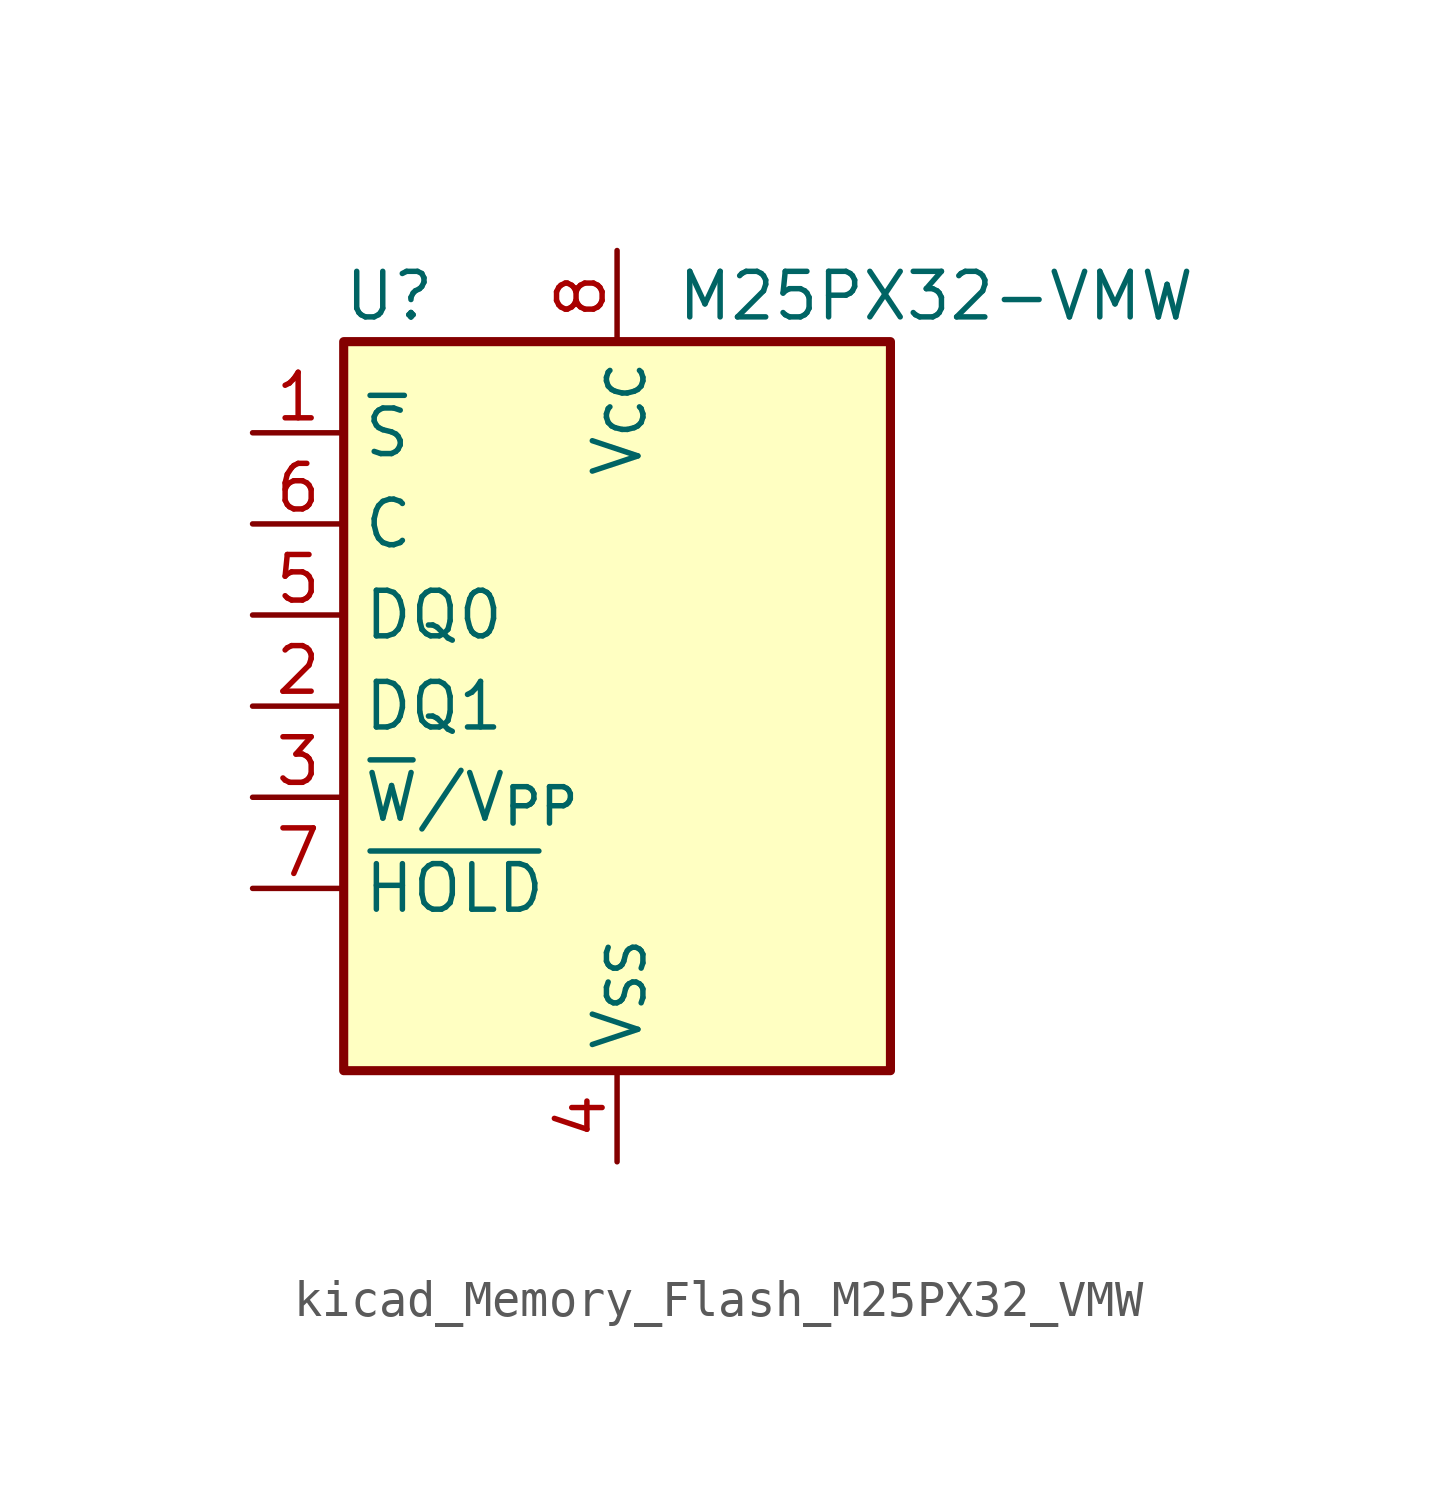
<source format=kicad_sym>
(kicad_symbol_lib
  (version 20220914)
  (generator kicad_symbol_editor)
  (symbol "kicad_Memory_Flash_M25PX32_VMW"
    (property "Reference" "U"
      (at -6.35 11.43 0)
      (effects (font (size 1.27 1.27))))
    (property "Value" "M25PX32-VMW"
      (at 8.89 11.43 0)
      (effects (font (size 1.27 1.27))))
    (symbol "kicad_Memory_Flash_M25PX32_VMW_0_1"
      (rectangle (start -7.62 10.16) (end 7.62 -10.16) (stroke (width 0.254) (type default)) (fill (type background))))
    (symbol "kicad_Memory_Flash_M25PX32_VMW_1_1"
      (pin input line (at -10.16 7.62 0) (length 2.54) (name "~{S}" (effects (font (size 1.27 1.27)))) (number "1" (effects (font (size 1.27 1.27)))))
      (pin bidirectional line (at -10.16 0 0) (length 2.54) (name "DQ1" (effects (font (size 1.27 1.27)))) (number "2" (effects (font (size 1.27 1.27)))))
      (pin input line (at -10.16 -2.54 0) (length 2.54) (name "~{W}/V_{PP}" (effects (font (size 1.27 1.27)))) (number "3" (effects (font (size 1.27 1.27)))))
      (pin power_in line (at 0 -12.7 90) (length 2.54) (name "V_{SS}" (effects (font (size 1.27 1.27)))) (number "4" (effects (font (size 1.27 1.27)))))
      (pin bidirectional line (at -10.16 2.54 0) (length 2.54) (name "DQ0" (effects (font (size 1.27 1.27)))) (number "5" (effects (font (size 1.27 1.27)))))
      (pin input line (at -10.16 5.08 0) (length 2.54) (name "C" (effects (font (size 1.27 1.27)))) (number "6" (effects (font (size 1.27 1.27)))))
      (pin input line (at -10.16 -5.08 0) (length 2.54) (name "~{HOLD}" (effects (font (size 1.27 1.27)))) (number "7" (effects (font (size 1.27 1.27)))))
      (pin power_in line (at 0 12.7 270) (length 2.54) (name "V_{CC}" (effects (font (size 1.27 1.27)))) (number "8" (effects (font (size 1.27 1.27))))))))
</source>
